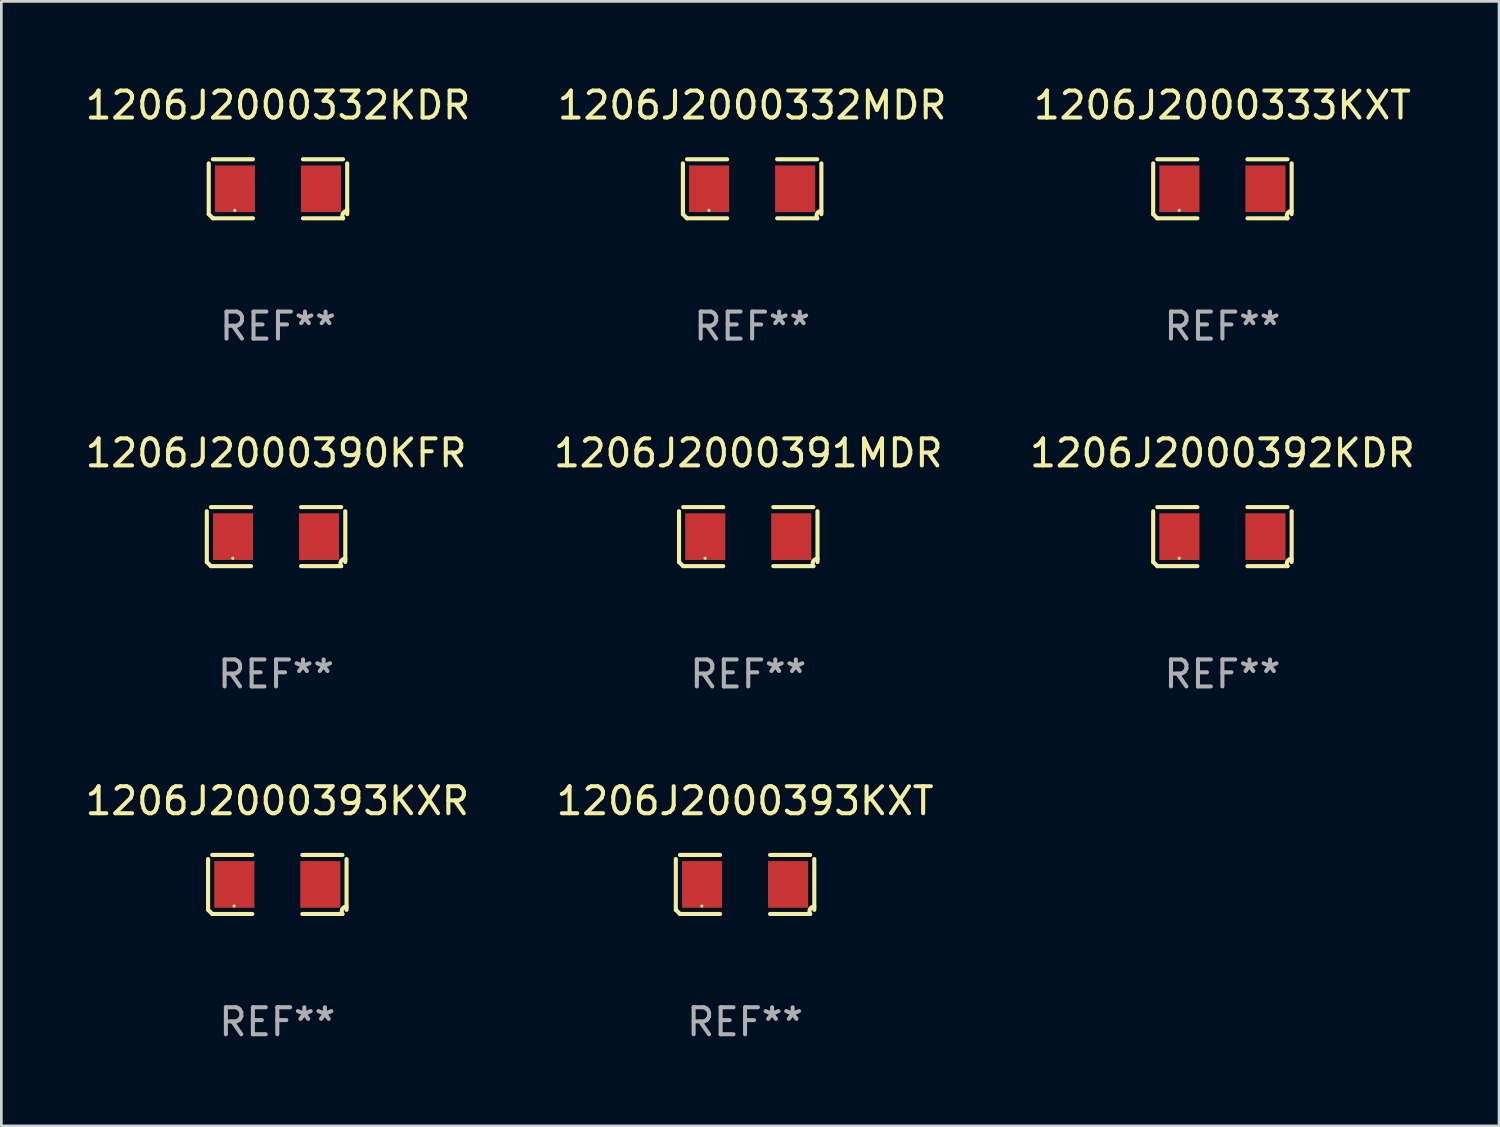
<source format=kicad_pcb>
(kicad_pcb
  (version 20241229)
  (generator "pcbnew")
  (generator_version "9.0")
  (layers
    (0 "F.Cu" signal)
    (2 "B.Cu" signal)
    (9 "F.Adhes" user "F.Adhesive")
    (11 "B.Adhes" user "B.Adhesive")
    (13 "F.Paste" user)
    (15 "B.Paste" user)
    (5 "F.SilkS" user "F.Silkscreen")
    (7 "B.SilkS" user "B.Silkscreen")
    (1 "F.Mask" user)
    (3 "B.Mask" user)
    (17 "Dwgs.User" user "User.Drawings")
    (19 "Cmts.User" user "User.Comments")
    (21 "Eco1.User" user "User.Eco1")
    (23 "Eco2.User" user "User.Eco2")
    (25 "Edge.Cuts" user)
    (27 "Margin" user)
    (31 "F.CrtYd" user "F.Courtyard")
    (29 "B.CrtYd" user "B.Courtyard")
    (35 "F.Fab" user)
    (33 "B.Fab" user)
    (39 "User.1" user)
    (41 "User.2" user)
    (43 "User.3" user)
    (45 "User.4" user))
  (footprint "1206J2000332MDR"
    (layer "F.Cu")
    (at 24.804 3.941)
    (property "Reference" "1206J2000332MDR" (at 0 -3.093 0) (layer "F.SilkS") (effects (font (size 1 1) (thickness 0.15))))
    (attr through_hole)
    (fp_line (start -2.564 0.94) (end -2.564 -0.94) (stroke (width 0.152) (type solid)) (layer "F.SilkS"))
    (fp_line (start -2.411 -1.093) (end -0.926 -1.093) (stroke (width 0.152) (type solid)) (layer "F.SilkS"))
    (fp_line (start -0.926 1.093) (end -2.411 1.093) (stroke (width 0.152) (type solid)) (layer "F.SilkS"))
    (fp_line (start 0.926 1.093) (end 2.411 1.093) (stroke (width 0.152) (type solid)) (layer "F.SilkS"))
    (fp_line (start 2.411 -1.093) (end 0.926 -1.093) (stroke (width 0.152) (type solid)) (layer "F.SilkS"))
    (fp_line (start 2.564 0.94) (end 2.564 -0.94) (stroke (width 0.152) (type solid)) (layer "F.SilkS"))
    (fp_arc (start -2.411201 1.092609) (mid -2.487413 1.01642) (end -2.563602 0.940208) (stroke (width 0.1524) (type solid)) (layer "F.SilkS"))
    (fp_arc (start 2.411201 1.092609) (mid 2.407159 0.911226) (end 2.563602 0.819347) (stroke (width 0.1524) (type solid)) (layer "F.SilkS"))
    (fp_circle (center -1.6 0.8) (end -1.57 0.8) (stroke (width 0.06) (type solid)) (fill no) (layer "F.SilkS"))
    (fp_text user "REF**" (at 0 5.093 0) (layer "F.Fab") (effects (font (size 1 1) (thickness 0.15))))
    (pad "1" smd rect (at -1.593 0) (size 1.485 1.728) (layers "F.Cu" "F.Mask" "F.Paste"))
    (pad "2" smd rect (at 1.593 0) (size 1.485 1.728) (layers "F.Cu" "F.Mask" "F.Paste")))
  (footprint "1206J2000332KDR"
    (layer "F.Cu")
    (at 7.244 3.941)
    (property "Reference" "1206J2000332KDR" (at 0 -3.093 0) (layer "F.SilkS") (effects (font (size 1 1) (thickness 0.15))))
    (attr through_hole)
    (fp_line (start -2.564 0.94) (end -2.564 -0.94) (stroke (width 0.152) (type solid)) (layer "F.SilkS"))
    (fp_line (start -2.411 -1.093) (end -0.926 -1.093) (stroke (width 0.152) (type solid)) (layer "F.SilkS"))
    (fp_line (start -0.926 1.093) (end -2.411 1.093) (stroke (width 0.152) (type solid)) (layer "F.SilkS"))
    (fp_line (start 0.926 1.093) (end 2.411 1.093) (stroke (width 0.152) (type solid)) (layer "F.SilkS"))
    (fp_line (start 2.411 -1.093) (end 0.926 -1.093) (stroke (width 0.152) (type solid)) (layer "F.SilkS"))
    (fp_line (start 2.564 0.94) (end 2.564 -0.94) (stroke (width 0.152) (type solid)) (layer "F.SilkS"))
    (fp_arc (start -2.411201 1.092609) (mid -2.487413 1.01642) (end -2.563602 0.940208) (stroke (width 0.1524) (type solid)) (layer "F.SilkS"))
    (fp_arc (start 2.411201 1.092609) (mid 2.407159 0.911226) (end 2.563602 0.819347) (stroke (width 0.1524) (type solid)) (layer "F.SilkS"))
    (fp_circle (center -1.6 0.8) (end -1.57 0.8) (stroke (width 0.06) (type solid)) (fill no) (layer "F.SilkS"))
    (fp_text user "REF**" (at 0 5.093 0) (layer "F.Fab") (effects (font (size 1 1) (thickness 0.15))))
    (pad "1" smd rect (at -1.593 0) (size 1.485 1.728) (layers "F.Cu" "F.Mask" "F.Paste"))
    (pad "2" smd rect (at 1.593 0) (size 1.485 1.728) (layers "F.Cu" "F.Mask" "F.Paste")))
  (footprint "1206J2000393KXT"
    (layer "F.Cu")
    (at 24.542 29.704)
    (property "Reference" "1206J2000393KXT" (at 0 -3.093 0) (layer "F.SilkS") (effects (font (size 1 1) (thickness 0.15))))
    (attr through_hole)
    (fp_line (start -2.564 0.94) (end -2.564 -0.94) (stroke (width 0.152) (type solid)) (layer "F.SilkS"))
    (fp_line (start -2.411 -1.093) (end -0.926 -1.093) (stroke (width 0.152) (type solid)) (layer "F.SilkS"))
    (fp_line (start -0.926 1.093) (end -2.411 1.093) (stroke (width 0.152) (type solid)) (layer "F.SilkS"))
    (fp_line (start 0.926 1.093) (end 2.411 1.093) (stroke (width 0.152) (type solid)) (layer "F.SilkS"))
    (fp_line (start 2.411 -1.093) (end 0.926 -1.093) (stroke (width 0.152) (type solid)) (layer "F.SilkS"))
    (fp_line (start 2.564 0.94) (end 2.564 -0.94) (stroke (width 0.152) (type solid)) (layer "F.SilkS"))
    (fp_arc (start -2.411201 1.092609) (mid -2.487413 1.01642) (end -2.563602 0.940208) (stroke (width 0.1524) (type solid)) (layer "F.SilkS"))
    (fp_arc (start 2.411201 1.092609) (mid 2.407159 0.911226) (end 2.563602 0.819347) (stroke (width 0.1524) (type solid)) (layer "F.SilkS"))
    (fp_circle (center -1.6 0.8) (end -1.57 0.8) (stroke (width 0.06) (type solid)) (fill no) (layer "F.SilkS"))
    (fp_text user "REF**" (at 0 5.093 0) (layer "F.Fab") (effects (font (size 1 1) (thickness 0.15))))
    (pad "1" smd rect (at -1.593 0) (size 1.485 1.728) (layers "F.Cu" "F.Mask" "F.Paste"))
    (pad "2" smd rect (at 1.593 0) (size 1.485 1.728) (layers "F.Cu" "F.Mask" "F.Paste")))
  (footprint "1206J2000333KXT"
    (layer "F.Cu")
    (at 42.22 3.941)
    (property "Reference" "1206J2000333KXT" (at 0 -3.093 0) (layer "F.SilkS") (effects (font (size 1 1) (thickness 0.15))))
    (attr through_hole)
    (fp_line (start -2.564 0.94) (end -2.564 -0.94) (stroke (width 0.152) (type solid)) (layer "F.SilkS"))
    (fp_line (start -2.411 -1.093) (end -0.926 -1.093) (stroke (width 0.152) (type solid)) (layer "F.SilkS"))
    (fp_line (start -0.926 1.093) (end -2.411 1.093) (stroke (width 0.152) (type solid)) (layer "F.SilkS"))
    (fp_line (start 0.926 1.093) (end 2.411 1.093) (stroke (width 0.152) (type solid)) (layer "F.SilkS"))
    (fp_line (start 2.411 -1.093) (end 0.926 -1.093) (stroke (width 0.152) (type solid)) (layer "F.SilkS"))
    (fp_line (start 2.564 0.94) (end 2.564 -0.94) (stroke (width 0.152) (type solid)) (layer "F.SilkS"))
    (fp_arc (start -2.411201 1.092609) (mid -2.487413 1.01642) (end -2.563602 0.940208) (stroke (width 0.1524) (type solid)) (layer "F.SilkS"))
    (fp_arc (start 2.411201 1.092609) (mid 2.407159 0.911226) (end 2.563602 0.819347) (stroke (width 0.1524) (type solid)) (layer "F.SilkS"))
    (fp_circle (center -1.6 0.8) (end -1.57 0.8) (stroke (width 0.06) (type solid)) (fill no) (layer "F.SilkS"))
    (fp_text user "REF**" (at 0 5.093 0) (layer "F.Fab") (effects (font (size 1 1) (thickness 0.15))))
    (pad "1" smd rect (at -1.593 0) (size 1.485 1.728) (layers "F.Cu" "F.Mask" "F.Paste"))
    (pad "2" smd rect (at 1.593 0) (size 1.485 1.728) (layers "F.Cu" "F.Mask" "F.Paste")))
  (footprint "1206J2000392KDR"
    (layer "F.Cu")
    (at 42.22 16.823)
    (property "Reference" "1206J2000392KDR" (at 0 -3.093 0) (layer "F.SilkS") (effects (font (size 1 1) (thickness 0.15))))
    (attr through_hole)
    (fp_line (start -2.564 0.94) (end -2.564 -0.94) (stroke (width 0.152) (type solid)) (layer "F.SilkS"))
    (fp_line (start -2.411 -1.093) (end -0.926 -1.093) (stroke (width 0.152) (type solid)) (layer "F.SilkS"))
    (fp_line (start -0.926 1.093) (end -2.411 1.093) (stroke (width 0.152) (type solid)) (layer "F.SilkS"))
    (fp_line (start 0.926 1.093) (end 2.411 1.093) (stroke (width 0.152) (type solid)) (layer "F.SilkS"))
    (fp_line (start 2.411 -1.093) (end 0.926 -1.093) (stroke (width 0.152) (type solid)) (layer "F.SilkS"))
    (fp_line (start 2.564 0.94) (end 2.564 -0.94) (stroke (width 0.152) (type solid)) (layer "F.SilkS"))
    (fp_arc (start -2.411201 1.092609) (mid -2.487413 1.01642) (end -2.563602 0.940208) (stroke (width 0.1524) (type solid)) (layer "F.SilkS"))
    (fp_arc (start 2.411201 1.092609) (mid 2.407159 0.911226) (end 2.563602 0.819347) (stroke (width 0.1524) (type solid)) (layer "F.SilkS"))
    (fp_circle (center -1.6 0.8) (end -1.57 0.8) (stroke (width 0.06) (type solid)) (fill no) (layer "F.SilkS"))
    (fp_text user "REF**" (at 0 5.093 0) (layer "F.Fab") (effects (font (size 1 1) (thickness 0.15))))
    (pad "1" smd rect (at -1.593 0) (size 1.485 1.728) (layers "F.Cu" "F.Mask" "F.Paste"))
    (pad "2" smd rect (at 1.593 0) (size 1.485 1.728) (layers "F.Cu" "F.Mask" "F.Paste")))
  (footprint "1206J2000391MDR"
    (layer "F.Cu")
    (at 24.661 16.823)
    (property "Reference" "1206J2000391MDR" (at 0 -3.093 0) (layer "F.SilkS") (effects (font (size 1 1) (thickness 0.15))))
    (attr through_hole)
    (fp_line (start -2.564 0.94) (end -2.564 -0.94) (stroke (width 0.152) (type solid)) (layer "F.SilkS"))
    (fp_line (start -2.411 -1.093) (end -0.926 -1.093) (stroke (width 0.152) (type solid)) (layer "F.SilkS"))
    (fp_line (start -0.926 1.093) (end -2.411 1.093) (stroke (width 0.152) (type solid)) (layer "F.SilkS"))
    (fp_line (start 0.926 1.093) (end 2.411 1.093) (stroke (width 0.152) (type solid)) (layer "F.SilkS"))
    (fp_line (start 2.411 -1.093) (end 0.926 -1.093) (stroke (width 0.152) (type solid)) (layer "F.SilkS"))
    (fp_line (start 2.564 0.94) (end 2.564 -0.94) (stroke (width 0.152) (type solid)) (layer "F.SilkS"))
    (fp_arc (start -2.411201 1.092609) (mid -2.487413 1.01642) (end -2.563602 0.940208) (stroke (width 0.1524) (type solid)) (layer "F.SilkS"))
    (fp_arc (start 2.411201 1.092609) (mid 2.407159 0.911226) (end 2.563602 0.819347) (stroke (width 0.1524) (type solid)) (layer "F.SilkS"))
    (fp_circle (center -1.6 0.8) (end -1.57 0.8) (stroke (width 0.06) (type solid)) (fill no) (layer "F.SilkS"))
    (fp_text user "REF**" (at 0 5.093 0) (layer "F.Fab") (effects (font (size 1 1) (thickness 0.15))))
    (pad "1" smd rect (at -1.593 0) (size 1.485 1.728) (layers "F.Cu" "F.Mask" "F.Paste"))
    (pad "2" smd rect (at 1.593 0) (size 1.485 1.728) (layers "F.Cu" "F.Mask" "F.Paste")))
  (footprint "1206J2000390KFR"
    (layer "F.Cu")
    (at 7.173 16.823)
    (property "Reference" "1206J2000390KFR" (at 0 -3.093 0) (layer "F.SilkS") (effects (font (size 1 1) (thickness 0.15))))
    (attr through_hole)
    (fp_line (start -2.564 0.94) (end -2.564 -0.94) (stroke (width 0.152) (type solid)) (layer "F.SilkS"))
    (fp_line (start -2.411 -1.093) (end -0.926 -1.093) (stroke (width 0.152) (type solid)) (layer "F.SilkS"))
    (fp_line (start -0.926 1.093) (end -2.411 1.093) (stroke (width 0.152) (type solid)) (layer "F.SilkS"))
    (fp_line (start 0.926 1.093) (end 2.411 1.093) (stroke (width 0.152) (type solid)) (layer "F.SilkS"))
    (fp_line (start 2.411 -1.093) (end 0.926 -1.093) (stroke (width 0.152) (type solid)) (layer "F.SilkS"))
    (fp_line (start 2.564 0.94) (end 2.564 -0.94) (stroke (width 0.152) (type solid)) (layer "F.SilkS"))
    (fp_arc (start -2.411201 1.092609) (mid -2.487413 1.01642) (end -2.563602 0.940208) (stroke (width 0.1524) (type solid)) (layer "F.SilkS"))
    (fp_arc (start 2.411201 1.092609) (mid 2.407159 0.911226) (end 2.563602 0.819347) (stroke (width 0.1524) (type solid)) (layer "F.SilkS"))
    (fp_circle (center -1.6 0.8) (end -1.57 0.8) (stroke (width 0.06) (type solid)) (fill no) (layer "F.SilkS"))
    (fp_text user "REF**" (at 0 5.093 0) (layer "F.Fab") (effects (font (size 1 1) (thickness 0.15))))
    (pad "1" smd rect (at -1.593 0) (size 1.485 1.728) (layers "F.Cu" "F.Mask" "F.Paste"))
    (pad "2" smd rect (at 1.593 0) (size 1.485 1.728) (layers "F.Cu" "F.Mask" "F.Paste")))
  (footprint "1206J2000393KXR"
    (layer "F.Cu")
    (at 7.22 29.704)
    (property "Reference" "1206J2000393KXR" (at 0 -3.093 0) (layer "F.SilkS") (effects (font (size 1 1) (thickness 0.15))))
    (attr through_hole)
    (fp_line (start -2.564 0.94) (end -2.564 -0.94) (stroke (width 0.152) (type solid)) (layer "F.SilkS"))
    (fp_line (start -2.411 -1.093) (end -0.926 -1.093) (stroke (width 0.152) (type solid)) (layer "F.SilkS"))
    (fp_line (start -0.926 1.093) (end -2.411 1.093) (stroke (width 0.152) (type solid)) (layer "F.SilkS"))
    (fp_line (start 0.926 1.093) (end 2.411 1.093) (stroke (width 0.152) (type solid)) (layer "F.SilkS"))
    (fp_line (start 2.411 -1.093) (end 0.926 -1.093) (stroke (width 0.152) (type solid)) (layer "F.SilkS"))
    (fp_line (start 2.564 0.94) (end 2.564 -0.94) (stroke (width 0.152) (type solid)) (layer "F.SilkS"))
    (fp_arc (start -2.411201 1.092609) (mid -2.487413 1.01642) (end -2.563602 0.940208) (stroke (width 0.1524) (type solid)) (layer "F.SilkS"))
    (fp_arc (start 2.411201 1.092609) (mid 2.407159 0.911226) (end 2.563602 0.819347) (stroke (width 0.1524) (type solid)) (layer "F.SilkS"))
    (fp_circle (center -1.6 0.8) (end -1.57 0.8) (stroke (width 0.06) (type solid)) (fill no) (layer "F.SilkS"))
    (fp_text user "REF**" (at 0 5.093 0) (layer "F.Fab") (effects (font (size 1 1) (thickness 0.15))))
    (pad "1" smd rect (at -1.593 0) (size 1.485 1.728) (layers "F.Cu" "F.Mask" "F.Paste"))
    (pad "2" smd rect (at 1.593 0) (size 1.485 1.728) (layers "F.Cu" "F.Mask" "F.Paste")))
  (gr_rect
    (start -3 -3)
    (end 52.464 38.645)
    (stroke (width 0.1) (type default))
    (fill no)
    (layer "Edge.Cuts")))
</source>
